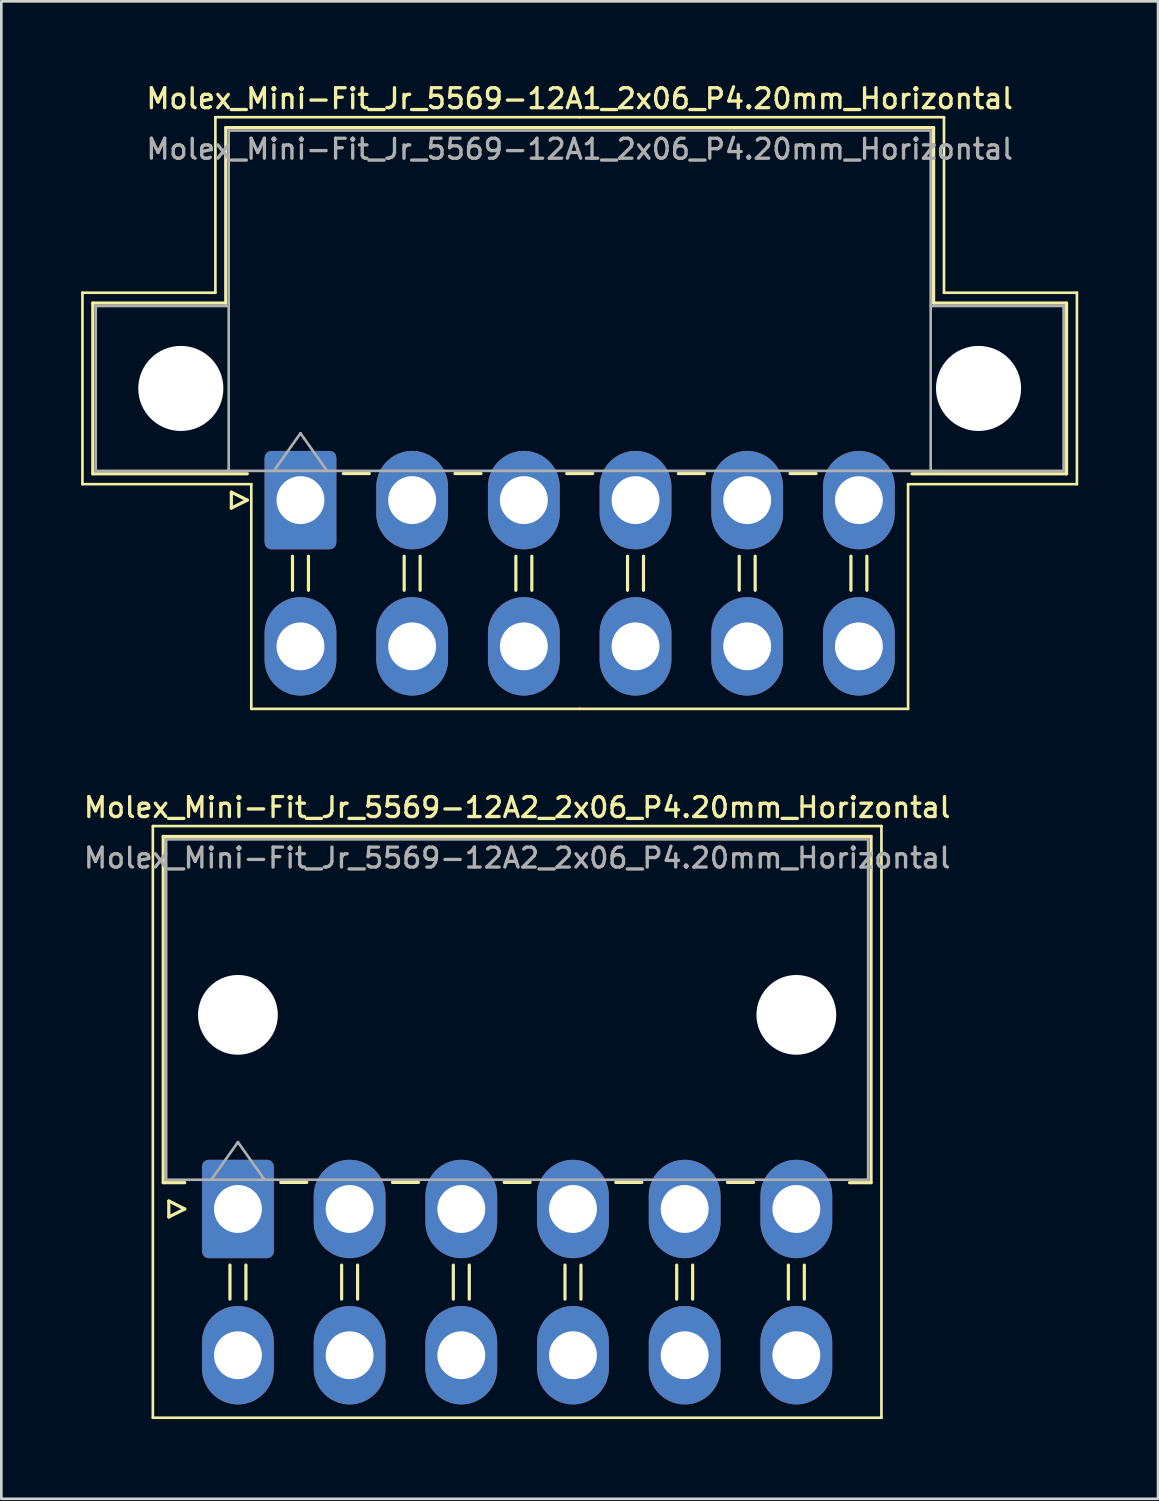
<source format=kicad_pcb>
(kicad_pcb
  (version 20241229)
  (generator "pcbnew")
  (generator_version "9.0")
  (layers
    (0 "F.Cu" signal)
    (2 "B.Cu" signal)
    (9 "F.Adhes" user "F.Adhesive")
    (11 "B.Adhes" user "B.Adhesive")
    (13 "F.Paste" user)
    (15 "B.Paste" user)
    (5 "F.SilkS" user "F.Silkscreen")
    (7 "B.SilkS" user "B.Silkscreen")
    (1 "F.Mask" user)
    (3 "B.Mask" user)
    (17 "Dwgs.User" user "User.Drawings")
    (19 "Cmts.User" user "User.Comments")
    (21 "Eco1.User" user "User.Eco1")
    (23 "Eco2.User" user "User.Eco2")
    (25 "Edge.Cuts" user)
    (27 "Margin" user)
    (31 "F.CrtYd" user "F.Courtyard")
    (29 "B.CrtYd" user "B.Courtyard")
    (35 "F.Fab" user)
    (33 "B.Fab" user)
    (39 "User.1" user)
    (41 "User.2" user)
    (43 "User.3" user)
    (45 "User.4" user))
  (footprint "Molex_Mini-Fit_Jr_5569-12A1_2x06_P4.20mm_Horizontal"
    (layer "F.Cu")
    (at 8.25 15.758)
    (property "Reference" "Molex_Mini-Fit_Jr_5569-12A1_2x06_P4.20mm_Horizontal" (at 10.5 -15.1 0) (layer "F.SilkS") (effects (font (size 0.75 0.75) (thickness 0.125))))
    (attr through_hole)
    (fp_line (start -8.2 -7.8) (end -8.2 -0.6) (stroke (width 0.1) (type solid)) (layer "F.SilkS"))
    (fp_line (start -8.2 -0.6) (end -1.85 -0.6) (stroke (width 0.1) (type solid)) (layer "F.SilkS"))
    (fp_line (start -7.81 -7.41) (end -7.81 -0.99) (stroke (width 0.12) (type solid)) (layer "F.SilkS"))
    (fp_line (start -7.81 -0.99) (end -2 -0.99) (stroke (width 0.12) (type solid)) (layer "F.SilkS"))
    (fp_line (start -3.2 -14.4) (end -3.2 -7.8) (stroke (width 0.1) (type solid)) (layer "F.SilkS"))
    (fp_line (start -3.2 -7.8) (end -8.2 -7.8) (stroke (width 0.1) (type solid)) (layer "F.SilkS"))
    (fp_line (start -2.81 -14.01) (end -2.81 -7.41) (stroke (width 0.12) (type solid)) (layer "F.SilkS"))
    (fp_line (start -2.81 -7.41) (end -7.81 -7.41) (stroke (width 0.12) (type solid)) (layer "F.SilkS"))
    (fp_line (start -2.6 -0.3) (end -2 0) (stroke (width 0.12) (type solid)) (layer "F.SilkS"))
    (fp_line (start -2.6 0.3) (end -2.6 -0.3) (stroke (width 0.12) (type solid)) (layer "F.SilkS"))
    (fp_line (start -2 0) (end -2.6 0.3) (stroke (width 0.12) (type solid)) (layer "F.SilkS"))
    (fp_line (start -1.85 -0.6) (end -1.85 7.85) (stroke (width 0.1) (type solid)) (layer "F.SilkS"))
    (fp_line (start -1.85 7.85) (end 10.5 7.85) (stroke (width 0.1) (type solid)) (layer "F.SilkS"))
    (fp_line (start -0.3 2.11) (end -0.3 3.39) (stroke (width 0.12) (type solid)) (layer "F.SilkS"))
    (fp_line (start 0.3 2.11) (end 0.3 3.39) (stroke (width 0.12) (type solid)) (layer "F.SilkS"))
    (fp_line (start 1.61 -1) (end 2.59 -1) (stroke (width 0.12) (type solid)) (layer "F.SilkS"))
    (fp_line (start 3.9 2.11) (end 3.9 3.39) (stroke (width 0.12) (type solid)) (layer "F.SilkS"))
    (fp_line (start 4.5 2.11) (end 4.5 3.39) (stroke (width 0.12) (type solid)) (layer "F.SilkS"))
    (fp_line (start 5.81 -1) (end 6.79 -1) (stroke (width 0.12) (type solid)) (layer "F.SilkS"))
    (fp_line (start 8.1 2.11) (end 8.1 3.39) (stroke (width 0.12) (type solid)) (layer "F.SilkS"))
    (fp_line (start 8.7 2.11) (end 8.7 3.39) (stroke (width 0.12) (type solid)) (layer "F.SilkS"))
    (fp_line (start 10.01 -1) (end 10.99 -1) (stroke (width 0.12) (type solid)) (layer "F.SilkS"))
    (fp_line (start 10.5 -14.4) (end -3.2 -14.4) (stroke (width 0.1) (type solid)) (layer "F.SilkS"))
    (fp_line (start 10.5 -14.4) (end 24.2 -14.4) (stroke (width 0.1) (type solid)) (layer "F.SilkS"))
    (fp_line (start 10.5 -14.01) (end -2.81 -14.01) (stroke (width 0.12) (type solid)) (layer "F.SilkS"))
    (fp_line (start 10.5 -14.01) (end 23.81 -14.01) (stroke (width 0.12) (type solid)) (layer "F.SilkS"))
    (fp_line (start 12.3 2.11) (end 12.3 3.39) (stroke (width 0.12) (type solid)) (layer "F.SilkS"))
    (fp_line (start 12.9 2.11) (end 12.9 3.39) (stroke (width 0.12) (type solid)) (layer "F.SilkS"))
    (fp_line (start 14.21 -1) (end 15.19 -1) (stroke (width 0.12) (type solid)) (layer "F.SilkS"))
    (fp_line (start 16.5 2.11) (end 16.5 3.39) (stroke (width 0.12) (type solid)) (layer "F.SilkS"))
    (fp_line (start 17.1 2.11) (end 17.1 3.39) (stroke (width 0.12) (type solid)) (layer "F.SilkS"))
    (fp_line (start 18.41 -1) (end 19.39 -1) (stroke (width 0.12) (type solid)) (layer "F.SilkS"))
    (fp_line (start 20.7 2.11) (end 20.7 3.39) (stroke (width 0.12) (type solid)) (layer "F.SilkS"))
    (fp_line (start 21.3 2.11) (end 21.3 3.39) (stroke (width 0.12) (type solid)) (layer "F.SilkS"))
    (fp_line (start 22.85 -0.6) (end 22.85 7.85) (stroke (width 0.1) (type solid)) (layer "F.SilkS"))
    (fp_line (start 22.85 7.85) (end 10.5 7.85) (stroke (width 0.1) (type solid)) (layer "F.SilkS"))
    (fp_line (start 23.81 -14.01) (end 23.81 -7.41) (stroke (width 0.12) (type solid)) (layer "F.SilkS"))
    (fp_line (start 23.81 -7.41) (end 28.81 -7.41) (stroke (width 0.12) (type solid)) (layer "F.SilkS"))
    (fp_line (start 24.2 -14.4) (end 24.2 -7.8) (stroke (width 0.1) (type solid)) (layer "F.SilkS"))
    (fp_line (start 24.2 -7.8) (end 29.2 -7.8) (stroke (width 0.1) (type solid)) (layer "F.SilkS"))
    (fp_line (start 28.81 -7.41) (end 28.81 -0.99) (stroke (width 0.12) (type solid)) (layer "F.SilkS"))
    (fp_line (start 28.81 -0.99) (end 23 -0.99) (stroke (width 0.12) (type solid)) (layer "F.SilkS"))
    (fp_line (start 29.2 -7.8) (end 29.2 -0.6) (stroke (width 0.1) (type solid)) (layer "F.SilkS"))
    (fp_line (start 29.2 -0.6) (end 22.85 -0.6) (stroke (width 0.1) (type solid)) (layer "F.SilkS"))
    (fp_line (start -7.7 -7.3) (end -7.7 -1.1) (stroke (width 0.1) (type solid)) (layer "F.Fab"))
    (fp_line (start -7.7 -1.1) (end -2.7 -1.1) (stroke (width 0.1) (type solid)) (layer "F.Fab"))
    (fp_line (start -2.7 -13.9) (end -2.7 -1.1) (stroke (width 0.1) (type solid)) (layer "F.Fab"))
    (fp_line (start -2.7 -7.3) (end -7.7 -7.3) (stroke (width 0.1) (type solid)) (layer "F.Fab"))
    (fp_line (start -2.7 -1.1) (end 23.7 -1.1) (stroke (width 0.1) (type solid)) (layer "F.Fab"))
    (fp_line (start -1 -1.1) (end 0 -2.514) (stroke (width 0.1) (type solid)) (layer "F.Fab"))
    (fp_line (start 0 -2.514) (end 1 -1.1) (stroke (width 0.1) (type solid)) (layer "F.Fab"))
    (fp_line (start 23.7 -13.9) (end -2.7 -13.9) (stroke (width 0.1) (type solid)) (layer "F.Fab"))
    (fp_line (start 23.7 -7.3) (end 28.7 -7.3) (stroke (width 0.1) (type solid)) (layer "F.Fab"))
    (fp_line (start 23.7 -1.1) (end 23.7 -13.9) (stroke (width 0.1) (type solid)) (layer "F.Fab"))
    (fp_line (start 28.7 -7.3) (end 28.7 -1.1) (stroke (width 0.1) (type solid)) (layer "F.Fab"))
    (fp_line (start 28.7 -1.1) (end 23.7 -1.1) (stroke (width 0.1) (type solid)) (layer "F.Fab"))
    (fp_text user "${REFERENCE}" (at 10.5 -13.2 0) (layer "F.Fab") (effects (font (size 0.75 0.75) (thickness 0.125))))
    (pad "" np_thru_hole circle (at -4.5 -4.2) (size 3.2 3.2) (drill 3.2) (layers "*.Cu" "*.Mask"))
    (pad "" np_thru_hole circle (at 25.5 -4.2) (size 3.2 3.2) (drill 3.2) (layers "*.Cu" "*.Mask"))
    (pad "1" thru_hole roundrect (at 0 0) (size 2.7 3.7) (drill 1.8) (layers "*.Cu" "*.Mask") (roundrect_rratio 0.093))
    (pad "2" thru_hole oval (at 4.2 0) (size 2.7 3.7) (drill 1.8) (layers "*.Cu" "*.Mask"))
    (pad "3" thru_hole oval (at 8.4 0) (size 2.7 3.7) (drill 1.8) (layers "*.Cu" "*.Mask"))
    (pad "4" thru_hole oval (at 12.6 0) (size 2.7 3.7) (drill 1.8) (layers "*.Cu" "*.Mask"))
    (pad "5" thru_hole oval (at 16.8 0) (size 2.7 3.7) (drill 1.8) (layers "*.Cu" "*.Mask"))
    (pad "6" thru_hole oval (at 21 0) (size 2.7 3.7) (drill 1.8) (layers "*.Cu" "*.Mask"))
    (pad "7" thru_hole oval (at 0 5.5) (size 2.7 3.7) (drill 1.8) (layers "*.Cu" "*.Mask"))
    (pad "8" thru_hole oval (at 4.2 5.5) (size 2.7 3.7) (drill 1.8) (layers "*.Cu" "*.Mask"))
    (pad "9" thru_hole oval (at 8.4 5.5) (size 2.7 3.7) (drill 1.8) (layers "*.Cu" "*.Mask"))
    (pad "10" thru_hole oval (at 12.6 5.5) (size 2.7 3.7) (drill 1.8) (layers "*.Cu" "*.Mask"))
    (pad "11" thru_hole oval (at 16.8 5.5) (size 2.7 3.7) (drill 1.8) (layers "*.Cu" "*.Mask"))
    (pad "12" thru_hole oval (at 21 5.5) (size 2.7 3.7) (drill 1.8) (layers "*.Cu" "*.Mask")))
  (footprint "Molex_Mini-Fit_Jr_5569-12A2_2x06_P4.20mm_Horizontal"
    (layer "F.Cu")
    (at 5.898 42.416)
    (property "Reference" "Molex_Mini-Fit_Jr_5569-12A2_2x06_P4.20mm_Horizontal" (at 10.5 -15.1 0) (layer "F.SilkS") (effects (font (size 0.75 0.75) (thickness 0.125))))
    (attr through_hole)
    (fp_line (start -3.2 -14.4) (end -3.2 7.85) (stroke (width 0.1) (type solid)) (layer "F.SilkS"))
    (fp_line (start -3.2 7.85) (end 24.2 7.85) (stroke (width 0.1) (type solid)) (layer "F.SilkS"))
    (fp_line (start -2.81 -14.01) (end 10.5 -14.01) (stroke (width 0.12) (type solid)) (layer "F.SilkS"))
    (fp_line (start -2.81 -0.99) (end -2.81 -14.01) (stroke (width 0.12) (type solid)) (layer "F.SilkS"))
    (fp_line (start -2.6 -0.3) (end -2 0) (stroke (width 0.12) (type solid)) (layer "F.SilkS"))
    (fp_line (start -2.6 0.3) (end -2.6 -0.3) (stroke (width 0.12) (type solid)) (layer "F.SilkS"))
    (fp_line (start -2 -0.99) (end -2.81 -0.99) (stroke (width 0.12) (type solid)) (layer "F.SilkS"))
    (fp_line (start -2 0) (end -2.6 0.3) (stroke (width 0.12) (type solid)) (layer "F.SilkS"))
    (fp_line (start -0.3 2.11) (end -0.3 3.39) (stroke (width 0.12) (type solid)) (layer "F.SilkS"))
    (fp_line (start 0.3 2.11) (end 0.3 3.39) (stroke (width 0.12) (type solid)) (layer "F.SilkS"))
    (fp_line (start 1.61 -1) (end 2.59 -1) (stroke (width 0.12) (type solid)) (layer "F.SilkS"))
    (fp_line (start 3.9 2.11) (end 3.9 3.39) (stroke (width 0.12) (type solid)) (layer "F.SilkS"))
    (fp_line (start 4.5 2.11) (end 4.5 3.39) (stroke (width 0.12) (type solid)) (layer "F.SilkS"))
    (fp_line (start 5.81 -1) (end 6.79 -1) (stroke (width 0.12) (type solid)) (layer "F.SilkS"))
    (fp_line (start 8.1 2.11) (end 8.1 3.39) (stroke (width 0.12) (type solid)) (layer "F.SilkS"))
    (fp_line (start 8.7 2.11) (end 8.7 3.39) (stroke (width 0.12) (type solid)) (layer "F.SilkS"))
    (fp_line (start 10.01 -1) (end 10.99 -1) (stroke (width 0.12) (type solid)) (layer "F.SilkS"))
    (fp_line (start 12.3 2.11) (end 12.3 3.39) (stroke (width 0.12) (type solid)) (layer "F.SilkS"))
    (fp_line (start 12.9 2.11) (end 12.9 3.39) (stroke (width 0.12) (type solid)) (layer "F.SilkS"))
    (fp_line (start 14.21 -1) (end 15.19 -1) (stroke (width 0.12) (type solid)) (layer "F.SilkS"))
    (fp_line (start 16.5 2.11) (end 16.5 3.39) (stroke (width 0.12) (type solid)) (layer "F.SilkS"))
    (fp_line (start 17.1 2.11) (end 17.1 3.39) (stroke (width 0.12) (type solid)) (layer "F.SilkS"))
    (fp_line (start 18.41 -1) (end 19.39 -1) (stroke (width 0.12) (type solid)) (layer "F.SilkS"))
    (fp_line (start 20.7 2.11) (end 20.7 3.39) (stroke (width 0.12) (type solid)) (layer "F.SilkS"))
    (fp_line (start 21.3 2.11) (end 21.3 3.39) (stroke (width 0.12) (type solid)) (layer "F.SilkS"))
    (fp_line (start 23 -0.99) (end 23.81 -0.99) (stroke (width 0.12) (type solid)) (layer "F.SilkS"))
    (fp_line (start 23.81 -14.01) (end 10.5 -14.01) (stroke (width 0.12) (type solid)) (layer "F.SilkS"))
    (fp_line (start 23.81 -0.99) (end 23.81 -14.01) (stroke (width 0.12) (type solid)) (layer "F.SilkS"))
    (fp_line (start 24.2 -14.4) (end -3.2 -14.4) (stroke (width 0.1) (type solid)) (layer "F.SilkS"))
    (fp_line (start 24.2 7.85) (end 24.2 -14.4) (stroke (width 0.1) (type solid)) (layer "F.SilkS"))
    (fp_line (start -2.7 -13.9) (end -2.7 -1.1) (stroke (width 0.1) (type solid)) (layer "F.Fab"))
    (fp_line (start -2.7 -1.1) (end 23.7 -1.1) (stroke (width 0.1) (type solid)) (layer "F.Fab"))
    (fp_line (start -1 -1.1) (end 0 -2.514) (stroke (width 0.1) (type solid)) (layer "F.Fab"))
    (fp_line (start 0 -2.514) (end 1 -1.1) (stroke (width 0.1) (type solid)) (layer "F.Fab"))
    (fp_line (start 23.7 -13.9) (end -2.7 -13.9) (stroke (width 0.1) (type solid)) (layer "F.Fab"))
    (fp_line (start 23.7 -1.1) (end 23.7 -13.9) (stroke (width 0.1) (type solid)) (layer "F.Fab"))
    (fp_text user "${REFERENCE}" (at 10.5 -13.2 0) (layer "F.Fab") (effects (font (size 0.75 0.75) (thickness 0.125))))
    (pad "" np_thru_hole circle (at 0 -7.3) (size 3 3) (drill 3) (layers "*.Cu" "*.Mask"))
    (pad "" np_thru_hole circle (at 21 -7.3) (size 3 3) (drill 3) (layers "*.Cu" "*.Mask"))
    (pad "1" thru_hole roundrect (at 0 0) (size 2.7 3.7) (drill 1.8) (layers "*.Cu" "*.Mask") (roundrect_rratio 0.093))
    (pad "2" thru_hole oval (at 4.2 0) (size 2.7 3.7) (drill 1.8) (layers "*.Cu" "*.Mask"))
    (pad "3" thru_hole oval (at 8.4 0) (size 2.7 3.7) (drill 1.8) (layers "*.Cu" "*.Mask"))
    (pad "4" thru_hole oval (at 12.6 0) (size 2.7 3.7) (drill 1.8) (layers "*.Cu" "*.Mask"))
    (pad "5" thru_hole oval (at 16.8 0) (size 2.7 3.7) (drill 1.8) (layers "*.Cu" "*.Mask"))
    (pad "6" thru_hole oval (at 21 0) (size 2.7 3.7) (drill 1.8) (layers "*.Cu" "*.Mask"))
    (pad "7" thru_hole oval (at 0 5.5) (size 2.7 3.7) (drill 1.8) (layers "*.Cu" "*.Mask"))
    (pad "8" thru_hole oval (at 4.2 5.5) (size 2.7 3.7) (drill 1.8) (layers "*.Cu" "*.Mask"))
    (pad "9" thru_hole oval (at 8.4 5.5) (size 2.7 3.7) (drill 1.8) (layers "*.Cu" "*.Mask"))
    (pad "10" thru_hole oval (at 12.6 5.5) (size 2.7 3.7) (drill 1.8) (layers "*.Cu" "*.Mask"))
    (pad "11" thru_hole oval (at 16.8 5.5) (size 2.7 3.7) (drill 1.8) (layers "*.Cu" "*.Mask"))
    (pad "12" thru_hole oval (at 21 5.5) (size 2.7 3.7) (drill 1.8) (layers "*.Cu" "*.Mask")))
  (gr_rect
    (start -3 -3)
    (end 40.5 53.316)
    (stroke (width 0.1) (type default))
    (fill no)
    (layer "Edge.Cuts")))
</source>
